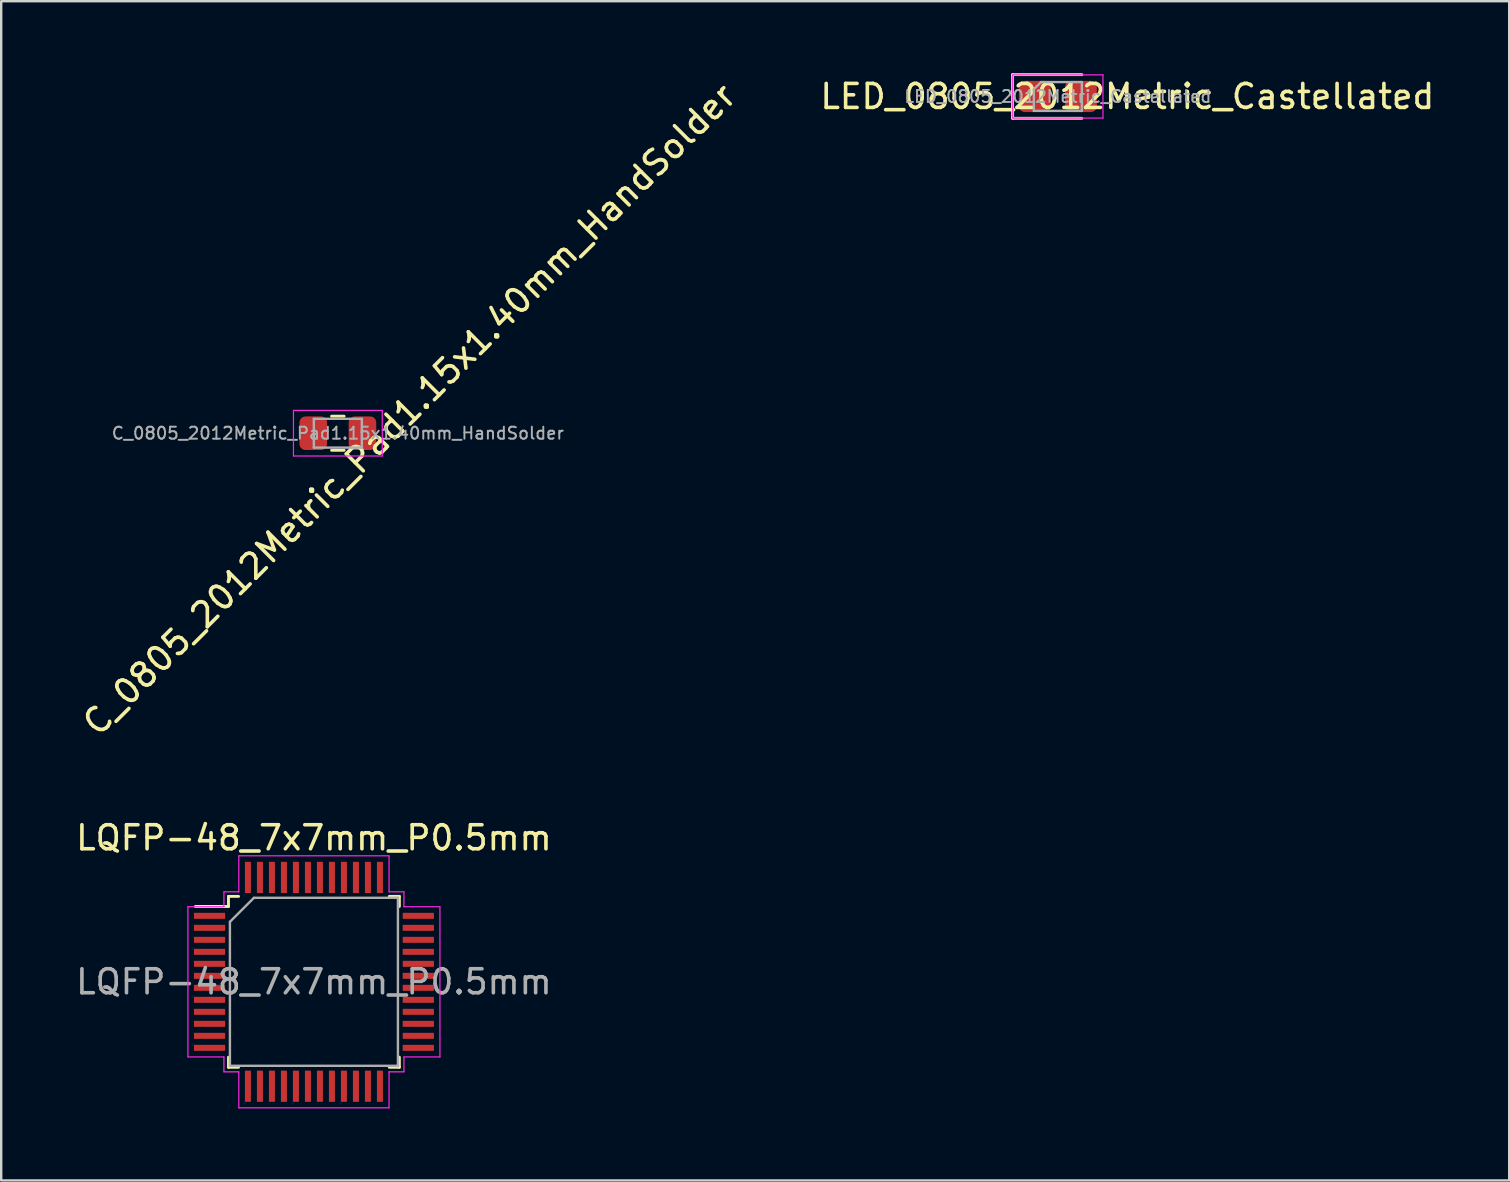
<source format=kicad_pcb>
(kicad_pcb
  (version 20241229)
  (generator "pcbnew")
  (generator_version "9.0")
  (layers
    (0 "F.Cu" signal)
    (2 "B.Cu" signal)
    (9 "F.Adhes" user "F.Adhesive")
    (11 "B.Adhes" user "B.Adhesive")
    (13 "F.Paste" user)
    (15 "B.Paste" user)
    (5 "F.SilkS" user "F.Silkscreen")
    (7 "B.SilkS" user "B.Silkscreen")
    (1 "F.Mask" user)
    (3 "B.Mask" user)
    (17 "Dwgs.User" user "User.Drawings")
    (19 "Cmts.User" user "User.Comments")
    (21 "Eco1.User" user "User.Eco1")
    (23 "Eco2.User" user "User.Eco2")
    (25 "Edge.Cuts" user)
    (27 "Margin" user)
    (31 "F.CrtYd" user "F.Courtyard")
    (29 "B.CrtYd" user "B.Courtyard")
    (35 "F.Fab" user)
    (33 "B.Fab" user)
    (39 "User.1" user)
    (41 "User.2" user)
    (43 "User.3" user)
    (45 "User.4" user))
  (footprint "LED_0805_2012Metric_Castellated"
    (layer "F.Cu")
    (at 41.026 0.97)
    (property "Reference" "LED_0805_2012Metric_Castellated" (at 2.896 0 180) (layer "F.SilkS") (effects (font (size 1 1) (thickness 0.15))))
    (attr smd)
    (fp_line (start -1.885 -0.91) (end -1.885 0.91) (stroke (width 0.12) (type solid)) (layer "F.SilkS"))
    (fp_line (start -1.885 0.91) (end 1 0.91) (stroke (width 0.12) (type solid)) (layer "F.SilkS"))
    (fp_line (start 1 -0.91) (end -1.885 -0.91) (stroke (width 0.12) (type solid)) (layer "F.SilkS"))
    (fp_line (start -1.88 -0.9) (end 1.88 -0.9) (stroke (width 0.05) (type solid)) (layer "F.CrtYd"))
    (fp_line (start -1.88 0.9) (end -1.88 -0.9) (stroke (width 0.05) (type solid)) (layer "F.CrtYd"))
    (fp_line (start 1.88 -0.9) (end 1.88 0.9) (stroke (width 0.05) (type solid)) (layer "F.CrtYd"))
    (fp_line (start 1.88 0.9) (end -1.88 0.9) (stroke (width 0.05) (type solid)) (layer "F.CrtYd"))
    (fp_line (start -1 -0.3) (end -1 0.6) (stroke (width 0.1) (type solid)) (layer "F.Fab"))
    (fp_line (start -1 0.6) (end 1 0.6) (stroke (width 0.1) (type solid)) (layer "F.Fab"))
    (fp_line (start -0.7 -0.6) (end -1 -0.3) (stroke (width 0.1) (type solid)) (layer "F.Fab"))
    (fp_line (start 1 -0.6) (end -0.7 -0.6) (stroke (width 0.1) (type solid)) (layer "F.Fab"))
    (fp_line (start 1 0.6) (end 1 -0.6) (stroke (width 0.1) (type solid)) (layer "F.Fab"))
    (fp_text user "${REFERENCE}" (at 0 0 0) (layer "F.Fab") (effects (font (size 0.5 0.5) (thickness 0.08))))
    (pad "1" smd roundrect (at -0.963 0) (size 1.325 1.3) (layers "F.Cu" "F.Mask" "F.Paste") (roundrect_rratio 0.192))
    (pad "2" smd roundrect (at 0.963 0) (size 1.325 1.3) (layers "F.Cu" "F.Mask" "F.Paste") (roundrect_rratio 0.192)))
  (footprint "C_0805_2012Metric_Pad1.15x1.40mm_HandSolder"
    (layer "F.Cu")
    (at 11.027 15.001)
    (property "Reference" "C_0805_2012Metric_Pad1.15x1.40mm_HandSolder" (at 2.978 -0.996 225) (layer "F.SilkS") (effects (font (size 1 1) (thickness 0.15))))
    (attr smd)
    (fp_line (start -0.261 -0.71) (end 0.261 -0.71) (stroke (width 0.12) (type solid)) (layer "F.SilkS"))
    (fp_line (start -0.261 0.71) (end 0.261 0.71) (stroke (width 0.12) (type solid)) (layer "F.SilkS"))
    (fp_line (start -1.85 -0.95) (end 1.85 -0.95) (stroke (width 0.05) (type solid)) (layer "F.CrtYd"))
    (fp_line (start -1.85 0.95) (end -1.85 -0.95) (stroke (width 0.05) (type solid)) (layer "F.CrtYd"))
    (fp_line (start 1.85 -0.95) (end 1.85 0.95) (stroke (width 0.05) (type solid)) (layer "F.CrtYd"))
    (fp_line (start 1.85 0.95) (end -1.85 0.95) (stroke (width 0.05) (type solid)) (layer "F.CrtYd"))
    (fp_line (start -1 -0.6) (end 1 -0.6) (stroke (width 0.1) (type solid)) (layer "F.Fab"))
    (fp_line (start -1 0.6) (end -1 -0.6) (stroke (width 0.1) (type solid)) (layer "F.Fab"))
    (fp_line (start 1 -0.6) (end 1 0.6) (stroke (width 0.1) (type solid)) (layer "F.Fab"))
    (fp_line (start 1 0.6) (end -1 0.6) (stroke (width 0.1) (type solid)) (layer "F.Fab"))
    (fp_text user "${REFERENCE}" (at 0 0 0) (layer "F.Fab") (effects (font (size 0.5 0.5) (thickness 0.08))))
    (pad "1" smd roundrect (at -1.025 0) (size 1.15 1.4) (layers "F.Cu" "F.Mask" "F.Paste") (roundrect_rratio 0.217))
    (pad "2" smd roundrect (at 1.025 0) (size 1.15 1.4) (layers "F.Cu" "F.Mask" "F.Paste") (roundrect_rratio 0.217)))
  (footprint "LQFP-48_7x7mm_P0.5mm"
    (layer "F.Cu")
    (at 10.03 37.859)
    (property "Reference" "LQFP-48_7x7mm_P0.5mm" (at 0 -6 0) (layer "F.SilkS") (effects (font (size 1 1) (thickness 0.15))))
    (attr smd)
    (fp_line (start -3.56 -3.56) (end -3.56 -3.14) (stroke (width 0.12) (type solid)) (layer "F.SilkS"))
    (fp_line (start -3.56 -3.56) (end -3.14 -3.56) (stroke (width 0.12) (type solid)) (layer "F.SilkS"))
    (fp_line (start -3.56 -3.14) (end -4.94 -3.14) (stroke (width 0.12) (type solid)) (layer "F.SilkS"))
    (fp_line (start -3.56 3.56) (end -3.56 3.14) (stroke (width 0.12) (type solid)) (layer "F.SilkS"))
    (fp_line (start -3.56 3.56) (end -3.14 3.56) (stroke (width 0.12) (type solid)) (layer "F.SilkS"))
    (fp_line (start 3.56 -3.56) (end 3.14 -3.56) (stroke (width 0.12) (type solid)) (layer "F.SilkS"))
    (fp_line (start 3.56 -3.56) (end 3.56 -3.14) (stroke (width 0.12) (type solid)) (layer "F.SilkS"))
    (fp_line (start 3.56 3.56) (end 3.14 3.56) (stroke (width 0.12) (type solid)) (layer "F.SilkS"))
    (fp_line (start 3.56 3.56) (end 3.56 3.14) (stroke (width 0.12) (type solid)) (layer "F.SilkS"))
    (fp_line (start -5.25 -3.13) (end -5.25 3.13) (stroke (width 0.05) (type solid)) (layer "F.CrtYd"))
    (fp_line (start -3.75 -3.13) (end -5.25 -3.13) (stroke (width 0.05) (type solid)) (layer "F.CrtYd"))
    (fp_line (start -3.75 -3.13) (end -3.75 -3.75) (stroke (width 0.05) (type solid)) (layer "F.CrtYd"))
    (fp_line (start -3.75 3.13) (end -5.25 3.13) (stroke (width 0.05) (type solid)) (layer "F.CrtYd"))
    (fp_line (start -3.75 3.13) (end -3.75 3.75) (stroke (width 0.05) (type solid)) (layer "F.CrtYd"))
    (fp_line (start -3.13 -5.25) (end 3.13 -5.25) (stroke (width 0.05) (type solid)) (layer "F.CrtYd"))
    (fp_line (start -3.13 -3.75) (end -3.75 -3.75) (stroke (width 0.05) (type solid)) (layer "F.CrtYd"))
    (fp_line (start -3.13 -3.75) (end -3.13 -5.25) (stroke (width 0.05) (type solid)) (layer "F.CrtYd"))
    (fp_line (start -3.13 3.75) (end -3.75 3.75) (stroke (width 0.05) (type solid)) (layer "F.CrtYd"))
    (fp_line (start -3.13 3.75) (end -3.13 5.25) (stroke (width 0.05) (type solid)) (layer "F.CrtYd"))
    (fp_line (start -3.13 5.25) (end 3.13 5.25) (stroke (width 0.05) (type solid)) (layer "F.CrtYd"))
    (fp_line (start 3.13 -3.75) (end 3.13 -5.25) (stroke (width 0.05) (type solid)) (layer "F.CrtYd"))
    (fp_line (start 3.13 -3.75) (end 3.75 -3.75) (stroke (width 0.05) (type solid)) (layer "F.CrtYd"))
    (fp_line (start 3.13 3.75) (end 3.75 3.75) (stroke (width 0.05) (type solid)) (layer "F.CrtYd"))
    (fp_line (start 3.13 5.25) (end 3.13 3.75) (stroke (width 0.05) (type solid)) (layer "F.CrtYd"))
    (fp_line (start 3.75 -3.13) (end 3.75 -3.75) (stroke (width 0.05) (type solid)) (layer "F.CrtYd"))
    (fp_line (start 3.75 -3.13) (end 5.25 -3.13) (stroke (width 0.05) (type solid)) (layer "F.CrtYd"))
    (fp_line (start 3.75 3.13) (end 3.75 3.75) (stroke (width 0.05) (type solid)) (layer "F.CrtYd"))
    (fp_line (start 3.75 3.13) (end 5.25 3.13) (stroke (width 0.05) (type solid)) (layer "F.CrtYd"))
    (fp_line (start 5.25 -3.13) (end 5.25 3.13) (stroke (width 0.05) (type solid)) (layer "F.CrtYd"))
    (fp_line (start -3.5 -2.5) (end -2.5 -3.5) (stroke (width 0.1) (type solid)) (layer "F.Fab"))
    (fp_line (start -3.5 3.5) (end -3.5 -2.5) (stroke (width 0.1) (type solid)) (layer "F.Fab"))
    (fp_line (start -2.5 -3.5) (end 3.5 -3.5) (stroke (width 0.1) (type solid)) (layer "F.Fab"))
    (fp_line (start 3.5 -3.5) (end 3.5 3.5) (stroke (width 0.1) (type solid)) (layer "F.Fab"))
    (fp_line (start 3.5 3.5) (end -3.5 3.5) (stroke (width 0.1) (type solid)) (layer "F.Fab"))
    (fp_text user "${REFERENCE}" (at 0 0 0) (layer "F.Fab") (effects (font (size 1 1) (thickness 0.15))))
    (pad "1" smd rect (at -4.35 -2.75) (size 1.3 0.25) (layers "F.Cu" "F.Mask" "F.Paste"))
    (pad "2" smd rect (at -4.35 -2.25) (size 1.3 0.25) (layers "F.Cu" "F.Mask" "F.Paste"))
    (pad "3" smd rect (at -4.35 -1.75) (size 1.3 0.25) (layers "F.Cu" "F.Mask" "F.Paste"))
    (pad "4" smd rect (at -4.35 -1.25) (size 1.3 0.25) (layers "F.Cu" "F.Mask" "F.Paste"))
    (pad "5" smd rect (at -4.35 -0.75) (size 1.3 0.25) (layers "F.Cu" "F.Mask" "F.Paste"))
    (pad "6" smd rect (at -4.35 -0.25) (size 1.3 0.25) (layers "F.Cu" "F.Mask" "F.Paste"))
    (pad "7" smd rect (at -4.35 0.25) (size 1.3 0.25) (layers "F.Cu" "F.Mask" "F.Paste"))
    (pad "8" smd rect (at -4.35 0.75) (size 1.3 0.25) (layers "F.Cu" "F.Mask" "F.Paste"))
    (pad "9" smd rect (at -4.35 1.25) (size 1.3 0.25) (layers "F.Cu" "F.Mask" "F.Paste"))
    (pad "10" smd rect (at -4.35 1.75) (size 1.3 0.25) (layers "F.Cu" "F.Mask" "F.Paste"))
    (pad "11" smd rect (at -4.35 2.25) (size 1.3 0.25) (layers "F.Cu" "F.Mask" "F.Paste"))
    (pad "12" smd rect (at -4.35 2.75) (size 1.3 0.25) (layers "F.Cu" "F.Mask" "F.Paste"))
    (pad "13" smd rect (at -2.75 4.35 90) (size 1.3 0.25) (layers "F.Cu" "F.Mask" "F.Paste"))
    (pad "14" smd rect (at -2.25 4.35 90) (size 1.3 0.25) (layers "F.Cu" "F.Mask" "F.Paste"))
    (pad "15" smd rect (at -1.75 4.35 90) (size 1.3 0.25) (layers "F.Cu" "F.Mask" "F.Paste"))
    (pad "16" smd rect (at -1.25 4.35 90) (size 1.3 0.25) (layers "F.Cu" "F.Mask" "F.Paste"))
    (pad "17" smd rect (at -0.75 4.35 90) (size 1.3 0.25) (layers "F.Cu" "F.Mask" "F.Paste"))
    (pad "18" smd rect (at -0.25 4.35 90) (size 1.3 0.25) (layers "F.Cu" "F.Mask" "F.Paste"))
    (pad "19" smd rect (at 0.25 4.35 90) (size 1.3 0.25) (layers "F.Cu" "F.Mask" "F.Paste"))
    (pad "20" smd rect (at 0.75 4.35 90) (size 1.3 0.25) (layers "F.Cu" "F.Mask" "F.Paste"))
    (pad "21" smd rect (at 1.25 4.35 90) (size 1.3 0.25) (layers "F.Cu" "F.Mask" "F.Paste"))
    (pad "22" smd rect (at 1.75 4.35 90) (size 1.3 0.25) (layers "F.Cu" "F.Mask" "F.Paste"))
    (pad "23" smd rect (at 2.25 4.35 90) (size 1.3 0.25) (layers "F.Cu" "F.Mask" "F.Paste"))
    (pad "24" smd rect (at 2.75 4.35 90) (size 1.3 0.25) (layers "F.Cu" "F.Mask" "F.Paste"))
    (pad "25" smd rect (at 4.35 2.75) (size 1.3 0.25) (layers "F.Cu" "F.Mask" "F.Paste"))
    (pad "26" smd rect (at 4.35 2.25) (size 1.3 0.25) (layers "F.Cu" "F.Mask" "F.Paste"))
    (pad "27" smd rect (at 4.35 1.75) (size 1.3 0.25) (layers "F.Cu" "F.Mask" "F.Paste"))
    (pad "28" smd rect (at 4.35 1.25) (size 1.3 0.25) (layers "F.Cu" "F.Mask" "F.Paste"))
    (pad "29" smd rect (at 4.35 0.75) (size 1.3 0.25) (layers "F.Cu" "F.Mask" "F.Paste"))
    (pad "30" smd rect (at 4.35 0.25) (size 1.3 0.25) (layers "F.Cu" "F.Mask" "F.Paste"))
    (pad "31" smd rect (at 4.35 -0.25) (size 1.3 0.25) (layers "F.Cu" "F.Mask" "F.Paste"))
    (pad "32" smd rect (at 4.35 -0.75) (size 1.3 0.25) (layers "F.Cu" "F.Mask" "F.Paste"))
    (pad "33" smd rect (at 4.35 -1.25) (size 1.3 0.25) (layers "F.Cu" "F.Mask" "F.Paste"))
    (pad "34" smd rect (at 4.35 -1.75) (size 1.3 0.25) (layers "F.Cu" "F.Mask" "F.Paste"))
    (pad "35" smd rect (at 4.35 -2.25) (size 1.3 0.25) (layers "F.Cu" "F.Mask" "F.Paste"))
    (pad "36" smd rect (at 4.35 -2.75) (size 1.3 0.25) (layers "F.Cu" "F.Mask" "F.Paste"))
    (pad "37" smd rect (at 2.75 -4.35 90) (size 1.3 0.25) (layers "F.Cu" "F.Mask" "F.Paste"))
    (pad "38" smd rect (at 2.25 -4.35 90) (size 1.3 0.25) (layers "F.Cu" "F.Mask" "F.Paste"))
    (pad "39" smd rect (at 1.75 -4.35 90) (size 1.3 0.25) (layers "F.Cu" "F.Mask" "F.Paste"))
    (pad "40" smd rect (at 1.25 -4.35 90) (size 1.3 0.25) (layers "F.Cu" "F.Mask" "F.Paste"))
    (pad "41" smd rect (at 0.75 -4.35 90) (size 1.3 0.25) (layers "F.Cu" "F.Mask" "F.Paste"))
    (pad "42" smd rect (at 0.25 -4.35 90) (size 1.3 0.25) (layers "F.Cu" "F.Mask" "F.Paste"))
    (pad "43" smd rect (at -0.25 -4.35 90) (size 1.3 0.25) (layers "F.Cu" "F.Mask" "F.Paste"))
    (pad "44" smd rect (at -0.75 -4.35 90) (size 1.3 0.25) (layers "F.Cu" "F.Mask" "F.Paste"))
    (pad "45" smd rect (at -1.25 -4.35 90) (size 1.3 0.25) (layers "F.Cu" "F.Mask" "F.Paste"))
    (pad "46" smd rect (at -1.75 -4.35 90) (size 1.3 0.25) (layers "F.Cu" "F.Mask" "F.Paste"))
    (pad "47" smd rect (at -2.25 -4.35 90) (size 1.3 0.25) (layers "F.Cu" "F.Mask" "F.Paste"))
    (pad "48" smd rect (at -2.75 -4.35 90) (size 1.3 0.25) (layers "F.Cu" "F.Mask" "F.Paste")))
  (gr_rect
    (start -3 -3)
    (end 59.832 46.134)
    (stroke (width 0.1) (type default))
    (fill no)
    (layer "Edge.Cuts")))
</source>
